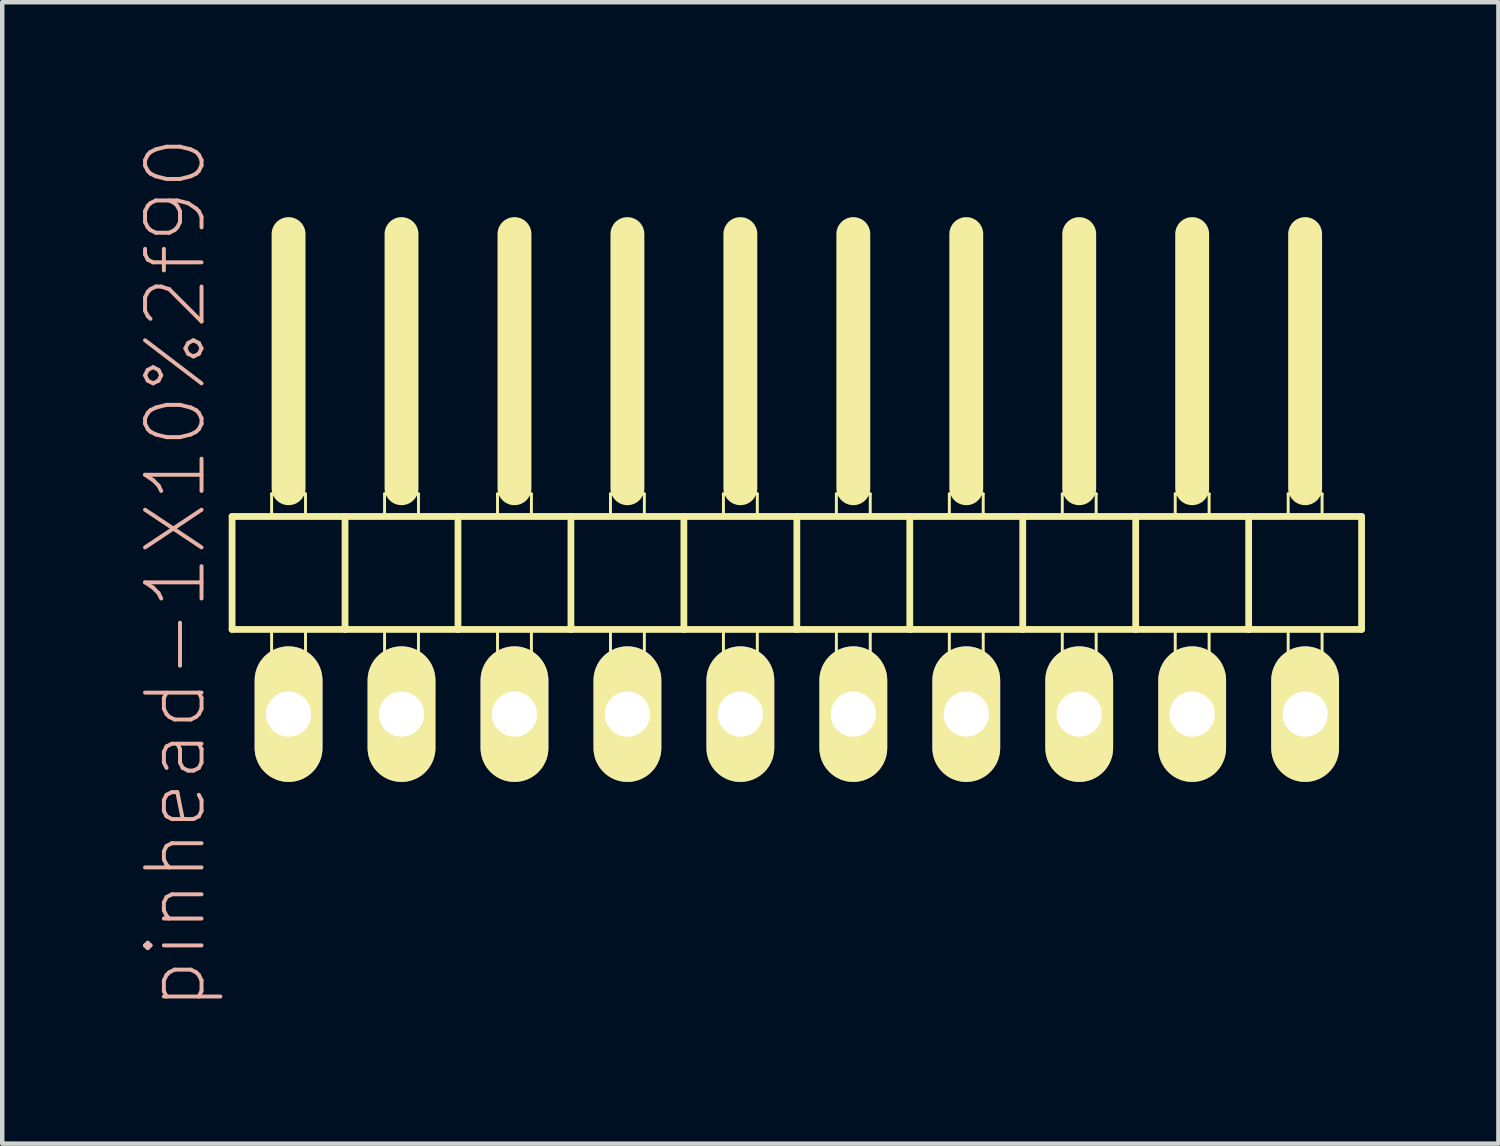
<source format=kicad_pcb>
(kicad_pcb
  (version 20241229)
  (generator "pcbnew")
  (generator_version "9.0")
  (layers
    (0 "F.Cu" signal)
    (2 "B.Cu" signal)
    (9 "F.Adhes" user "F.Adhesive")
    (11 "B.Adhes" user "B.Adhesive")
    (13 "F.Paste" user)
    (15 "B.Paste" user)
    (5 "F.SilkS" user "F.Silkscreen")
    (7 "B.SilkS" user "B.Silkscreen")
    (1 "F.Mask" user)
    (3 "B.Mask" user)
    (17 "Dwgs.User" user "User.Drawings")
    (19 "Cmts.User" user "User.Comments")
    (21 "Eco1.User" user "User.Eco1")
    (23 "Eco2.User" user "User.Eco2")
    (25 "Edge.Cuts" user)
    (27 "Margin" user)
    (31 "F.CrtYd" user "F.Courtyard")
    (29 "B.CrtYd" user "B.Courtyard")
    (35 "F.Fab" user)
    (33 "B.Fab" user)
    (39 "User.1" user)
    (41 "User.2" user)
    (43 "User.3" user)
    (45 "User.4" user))
  (footprint "pinhead-1X10%2f90"
    (layer "F.Cu")
    (at 14.869 9.199)
    (property "Reference" "pinhead-1X10%2f90" (at -13.97 0.635 90) (layer "B.SilkS") (effects (font (size 1.27 1.27) (thickness 0.089))))
    (attr exclude_from_pos_files exclude_from_bom)
    (fp_line (start -12.7 -0.635) (end -12.7 1.905) (stroke (width 0.152) (type solid)) (layer "F.SilkS"))
    (fp_line (start -12.7 1.905) (end -10.16 1.905) (stroke (width 0.152) (type solid)) (layer "F.SilkS"))
    (fp_line (start -11.811 -1.143) (end -11.049 -1.143) (stroke (width 0.066) (type solid)) (layer "F.SilkS"))
    (fp_line (start -11.811 -0.635) (end -11.811 -1.143) (stroke (width 0.066) (type solid)) (layer "F.SilkS"))
    (fp_line (start -11.811 -0.635) (end -11.049 -0.635) (stroke (width 0.066) (type solid)) (layer "F.SilkS"))
    (fp_line (start -11.811 1.905) (end -11.049 1.905) (stroke (width 0.066) (type solid)) (layer "F.SilkS"))
    (fp_line (start -11.811 2.921) (end -11.811 1.905) (stroke (width 0.066) (type solid)) (layer "F.SilkS"))
    (fp_line (start -11.811 2.921) (end -11.049 2.921) (stroke (width 0.066) (type solid)) (layer "F.SilkS"))
    (fp_line (start -11.43 -6.985) (end -11.43 -1.27) (stroke (width 0.762) (type solid)) (layer "F.SilkS"))
    (fp_line (start -11.049 -0.635) (end -11.049 -1.143) (stroke (width 0.066) (type solid)) (layer "F.SilkS"))
    (fp_line (start -11.049 2.921) (end -11.049 1.905) (stroke (width 0.066) (type solid)) (layer "F.SilkS"))
    (fp_line (start -10.16 -0.635) (end -12.7 -0.635) (stroke (width 0.152) (type solid)) (layer "F.SilkS"))
    (fp_line (start -10.16 1.905) (end -10.16 -0.635) (stroke (width 0.152) (type solid)) (layer "F.SilkS"))
    (fp_line (start -10.16 1.905) (end -7.62 1.905) (stroke (width 0.152) (type solid)) (layer "F.SilkS"))
    (fp_line (start -9.271 -1.143) (end -8.509 -1.143) (stroke (width 0.066) (type solid)) (layer "F.SilkS"))
    (fp_line (start -9.271 -0.635) (end -9.271 -1.143) (stroke (width 0.066) (type solid)) (layer "F.SilkS"))
    (fp_line (start -9.271 -0.635) (end -8.509 -0.635) (stroke (width 0.066) (type solid)) (layer "F.SilkS"))
    (fp_line (start -9.271 1.905) (end -8.509 1.905) (stroke (width 0.066) (type solid)) (layer "F.SilkS"))
    (fp_line (start -9.271 2.921) (end -9.271 1.905) (stroke (width 0.066) (type solid)) (layer "F.SilkS"))
    (fp_line (start -9.271 2.921) (end -8.509 2.921) (stroke (width 0.066) (type solid)) (layer "F.SilkS"))
    (fp_line (start -8.89 -6.985) (end -8.89 -1.27) (stroke (width 0.762) (type solid)) (layer "F.SilkS"))
    (fp_line (start -8.509 -0.635) (end -8.509 -1.143) (stroke (width 0.066) (type solid)) (layer "F.SilkS"))
    (fp_line (start -8.509 2.921) (end -8.509 1.905) (stroke (width 0.066) (type solid)) (layer "F.SilkS"))
    (fp_line (start -7.62 -0.635) (end -10.16 -0.635) (stroke (width 0.152) (type solid)) (layer "F.SilkS"))
    (fp_line (start -7.62 1.905) (end -7.62 -0.635) (stroke (width 0.152) (type solid)) (layer "F.SilkS"))
    (fp_line (start -7.62 1.905) (end -5.08 1.905) (stroke (width 0.152) (type solid)) (layer "F.SilkS"))
    (fp_line (start -6.731 -1.143) (end -5.969 -1.143) (stroke (width 0.066) (type solid)) (layer "F.SilkS"))
    (fp_line (start -6.731 -0.635) (end -6.731 -1.143) (stroke (width 0.066) (type solid)) (layer "F.SilkS"))
    (fp_line (start -6.731 -0.635) (end -5.969 -0.635) (stroke (width 0.066) (type solid)) (layer "F.SilkS"))
    (fp_line (start -6.731 1.905) (end -5.969 1.905) (stroke (width 0.066) (type solid)) (layer "F.SilkS"))
    (fp_line (start -6.731 2.921) (end -6.731 1.905) (stroke (width 0.066) (type solid)) (layer "F.SilkS"))
    (fp_line (start -6.731 2.921) (end -5.969 2.921) (stroke (width 0.066) (type solid)) (layer "F.SilkS"))
    (fp_line (start -6.35 -6.985) (end -6.35 -1.27) (stroke (width 0.762) (type solid)) (layer "F.SilkS"))
    (fp_line (start -5.969 -0.635) (end -5.969 -1.143) (stroke (width 0.066) (type solid)) (layer "F.SilkS"))
    (fp_line (start -5.969 2.921) (end -5.969 1.905) (stroke (width 0.066) (type solid)) (layer "F.SilkS"))
    (fp_line (start -5.08 -0.635) (end -7.62 -0.635) (stroke (width 0.152) (type solid)) (layer "F.SilkS"))
    (fp_line (start -5.08 1.905) (end -5.08 -0.635) (stroke (width 0.152) (type solid)) (layer "F.SilkS"))
    (fp_line (start -5.08 1.905) (end -2.54 1.905) (stroke (width 0.152) (type solid)) (layer "F.SilkS"))
    (fp_line (start -4.191 -1.143) (end -3.429 -1.143) (stroke (width 0.066) (type solid)) (layer "F.SilkS"))
    (fp_line (start -4.191 -0.635) (end -4.191 -1.143) (stroke (width 0.066) (type solid)) (layer "F.SilkS"))
    (fp_line (start -4.191 -0.635) (end -3.429 -0.635) (stroke (width 0.066) (type solid)) (layer "F.SilkS"))
    (fp_line (start -4.191 1.905) (end -3.429 1.905) (stroke (width 0.066) (type solid)) (layer "F.SilkS"))
    (fp_line (start -4.191 2.921) (end -4.191 1.905) (stroke (width 0.066) (type solid)) (layer "F.SilkS"))
    (fp_line (start -4.191 2.921) (end -3.429 2.921) (stroke (width 0.066) (type solid)) (layer "F.SilkS"))
    (fp_line (start -3.81 -6.985) (end -3.81 -1.27) (stroke (width 0.762) (type solid)) (layer "F.SilkS"))
    (fp_line (start -3.429 -0.635) (end -3.429 -1.143) (stroke (width 0.066) (type solid)) (layer "F.SilkS"))
    (fp_line (start -3.429 2.921) (end -3.429 1.905) (stroke (width 0.066) (type solid)) (layer "F.SilkS"))
    (fp_line (start -2.54 -0.635) (end -5.08 -0.635) (stroke (width 0.152) (type solid)) (layer "F.SilkS"))
    (fp_line (start -2.54 1.905) (end -2.54 -0.635) (stroke (width 0.152) (type solid)) (layer "F.SilkS"))
    (fp_line (start -2.54 1.905) (end 0 1.905) (stroke (width 0.152) (type solid)) (layer "F.SilkS"))
    (fp_line (start -1.651 -1.143) (end -0.889 -1.143) (stroke (width 0.066) (type solid)) (layer "F.SilkS"))
    (fp_line (start -1.651 -0.635) (end -1.651 -1.143) (stroke (width 0.066) (type solid)) (layer "F.SilkS"))
    (fp_line (start -1.651 -0.635) (end -0.889 -0.635) (stroke (width 0.066) (type solid)) (layer "F.SilkS"))
    (fp_line (start -1.651 1.905) (end -0.889 1.905) (stroke (width 0.066) (type solid)) (layer "F.SilkS"))
    (fp_line (start -1.651 2.921) (end -1.651 1.905) (stroke (width 0.066) (type solid)) (layer "F.SilkS"))
    (fp_line (start -1.651 2.921) (end -0.889 2.921) (stroke (width 0.066) (type solid)) (layer "F.SilkS"))
    (fp_line (start -1.27 -6.985) (end -1.27 -1.27) (stroke (width 0.762) (type solid)) (layer "F.SilkS"))
    (fp_line (start -0.889 -0.635) (end -0.889 -1.143) (stroke (width 0.066) (type solid)) (layer "F.SilkS"))
    (fp_line (start -0.889 2.921) (end -0.889 1.905) (stroke (width 0.066) (type solid)) (layer "F.SilkS"))
    (fp_line (start 0 -0.635) (end -2.54 -0.635) (stroke (width 0.152) (type solid)) (layer "F.SilkS"))
    (fp_line (start 0 1.905) (end 0 -0.635) (stroke (width 0.152) (type solid)) (layer "F.SilkS"))
    (fp_line (start 0 1.905) (end 2.54 1.905) (stroke (width 0.152) (type solid)) (layer "F.SilkS"))
    (fp_line (start 0.889 -1.143) (end 1.651 -1.143) (stroke (width 0.066) (type solid)) (layer "F.SilkS"))
    (fp_line (start 0.889 -0.635) (end 0.889 -1.143) (stroke (width 0.066) (type solid)) (layer "F.SilkS"))
    (fp_line (start 0.889 -0.635) (end 1.651 -0.635) (stroke (width 0.066) (type solid)) (layer "F.SilkS"))
    (fp_line (start 0.889 1.905) (end 1.651 1.905) (stroke (width 0.066) (type solid)) (layer "F.SilkS"))
    (fp_line (start 0.889 2.921) (end 0.889 1.905) (stroke (width 0.066) (type solid)) (layer "F.SilkS"))
    (fp_line (start 0.889 2.921) (end 1.651 2.921) (stroke (width 0.066) (type solid)) (layer "F.SilkS"))
    (fp_line (start 1.27 -6.985) (end 1.27 -1.27) (stroke (width 0.762) (type solid)) (layer "F.SilkS"))
    (fp_line (start 1.651 -0.635) (end 1.651 -1.143) (stroke (width 0.066) (type solid)) (layer "F.SilkS"))
    (fp_line (start 1.651 2.921) (end 1.651 1.905) (stroke (width 0.066) (type solid)) (layer "F.SilkS"))
    (fp_line (start 2.54 -0.635) (end 0 -0.635) (stroke (width 0.152) (type solid)) (layer "F.SilkS"))
    (fp_line (start 2.54 1.905) (end 2.54 -0.635) (stroke (width 0.152) (type solid)) (layer "F.SilkS"))
    (fp_line (start 2.54 1.905) (end 5.08 1.905) (stroke (width 0.152) (type solid)) (layer "F.SilkS"))
    (fp_line (start 3.429 -1.143) (end 4.191 -1.143) (stroke (width 0.066) (type solid)) (layer "F.SilkS"))
    (fp_line (start 3.429 -0.635) (end 3.429 -1.143) (stroke (width 0.066) (type solid)) (layer "F.SilkS"))
    (fp_line (start 3.429 -0.635) (end 4.191 -0.635) (stroke (width 0.066) (type solid)) (layer "F.SilkS"))
    (fp_line (start 3.429 1.905) (end 4.191 1.905) (stroke (width 0.066) (type solid)) (layer "F.SilkS"))
    (fp_line (start 3.429 2.921) (end 3.429 1.905) (stroke (width 0.066) (type solid)) (layer "F.SilkS"))
    (fp_line (start 3.429 2.921) (end 4.191 2.921) (stroke (width 0.066) (type solid)) (layer "F.SilkS"))
    (fp_line (start 3.81 -6.985) (end 3.81 -1.27) (stroke (width 0.762) (type solid)) (layer "F.SilkS"))
    (fp_line (start 4.191 -0.635) (end 4.191 -1.143) (stroke (width 0.066) (type solid)) (layer "F.SilkS"))
    (fp_line (start 4.191 2.921) (end 4.191 1.905) (stroke (width 0.066) (type solid)) (layer "F.SilkS"))
    (fp_line (start 5.08 -0.635) (end 2.54 -0.635) (stroke (width 0.152) (type solid)) (layer "F.SilkS"))
    (fp_line (start 5.08 1.905) (end 5.08 -0.635) (stroke (width 0.152) (type solid)) (layer "F.SilkS"))
    (fp_line (start 5.08 1.905) (end 7.62 1.905) (stroke (width 0.152) (type solid)) (layer "F.SilkS"))
    (fp_line (start 5.969 -1.143) (end 6.731 -1.143) (stroke (width 0.066) (type solid)) (layer "F.SilkS"))
    (fp_line (start 5.969 -0.635) (end 5.969 -1.143) (stroke (width 0.066) (type solid)) (layer "F.SilkS"))
    (fp_line (start 5.969 -0.635) (end 6.731 -0.635) (stroke (width 0.066) (type solid)) (layer "F.SilkS"))
    (fp_line (start 5.969 1.905) (end 6.731 1.905) (stroke (width 0.066) (type solid)) (layer "F.SilkS"))
    (fp_line (start 5.969 2.921) (end 5.969 1.905) (stroke (width 0.066) (type solid)) (layer "F.SilkS"))
    (fp_line (start 5.969 2.921) (end 6.731 2.921) (stroke (width 0.066) (type solid)) (layer "F.SilkS"))
    (fp_line (start 6.35 -6.985) (end 6.35 -1.27) (stroke (width 0.762) (type solid)) (layer "F.SilkS"))
    (fp_line (start 6.731 -0.635) (end 6.731 -1.143) (stroke (width 0.066) (type solid)) (layer "F.SilkS"))
    (fp_line (start 6.731 2.921) (end 6.731 1.905) (stroke (width 0.066) (type solid)) (layer "F.SilkS"))
    (fp_line (start 7.62 -0.635) (end 5.08 -0.635) (stroke (width 0.152) (type solid)) (layer "F.SilkS"))
    (fp_line (start 7.62 1.905) (end 7.62 -0.635) (stroke (width 0.152) (type solid)) (layer "F.SilkS"))
    (fp_line (start 7.62 1.905) (end 10.16 1.905) (stroke (width 0.152) (type solid)) (layer "F.SilkS"))
    (fp_line (start 8.509 -1.143) (end 9.271 -1.143) (stroke (width 0.066) (type solid)) (layer "F.SilkS"))
    (fp_line (start 8.509 -0.635) (end 8.509 -1.143) (stroke (width 0.066) (type solid)) (layer "F.SilkS"))
    (fp_line (start 8.509 -0.635) (end 9.271 -0.635) (stroke (width 0.066) (type solid)) (layer "F.SilkS"))
    (fp_line (start 8.509 1.905) (end 9.271 1.905) (stroke (width 0.066) (type solid)) (layer "F.SilkS"))
    (fp_line (start 8.509 2.921) (end 8.509 1.905) (stroke (width 0.066) (type solid)) (layer "F.SilkS"))
    (fp_line (start 8.509 2.921) (end 9.271 2.921) (stroke (width 0.066) (type solid)) (layer "F.SilkS"))
    (fp_line (start 8.89 -6.985) (end 8.89 -1.27) (stroke (width 0.762) (type solid)) (layer "F.SilkS"))
    (fp_line (start 9.271 -0.635) (end 9.271 -1.143) (stroke (width 0.066) (type solid)) (layer "F.SilkS"))
    (fp_line (start 9.271 2.921) (end 9.271 1.905) (stroke (width 0.066) (type solid)) (layer "F.SilkS"))
    (fp_line (start 10.16 -0.635) (end 7.62 -0.635) (stroke (width 0.152) (type solid)) (layer "F.SilkS"))
    (fp_line (start 10.16 1.905) (end 10.16 -0.635) (stroke (width 0.152) (type solid)) (layer "F.SilkS"))
    (fp_line (start 10.16 1.905) (end 12.7 1.905) (stroke (width 0.152) (type solid)) (layer "F.SilkS"))
    (fp_line (start 11.049 -1.143) (end 11.811 -1.143) (stroke (width 0.066) (type solid)) (layer "F.SilkS"))
    (fp_line (start 11.049 -0.635) (end 11.049 -1.143) (stroke (width 0.066) (type solid)) (layer "F.SilkS"))
    (fp_line (start 11.049 -0.635) (end 11.811 -0.635) (stroke (width 0.066) (type solid)) (layer "F.SilkS"))
    (fp_line (start 11.049 1.905) (end 11.811 1.905) (stroke (width 0.066) (type solid)) (layer "F.SilkS"))
    (fp_line (start 11.049 2.921) (end 11.049 1.905) (stroke (width 0.066) (type solid)) (layer "F.SilkS"))
    (fp_line (start 11.049 2.921) (end 11.811 2.921) (stroke (width 0.066) (type solid)) (layer "F.SilkS"))
    (fp_line (start 11.43 -6.985) (end 11.43 -1.27) (stroke (width 0.762) (type solid)) (layer "F.SilkS"))
    (fp_line (start 11.811 -0.635) (end 11.811 -1.143) (stroke (width 0.066) (type solid)) (layer "F.SilkS"))
    (fp_line (start 11.811 2.921) (end 11.811 1.905) (stroke (width 0.066) (type solid)) (layer "F.SilkS"))
    (fp_line (start 12.7 -0.635) (end 10.16 -0.635) (stroke (width 0.152) (type solid)) (layer "F.SilkS"))
    (fp_line (start 12.7 1.905) (end 12.7 -0.635) (stroke (width 0.152) (type solid)) (layer "F.SilkS"))
    (pad "1" thru_hole oval (at -11.43 3.81) (size 1.524 3.048) (drill 1.016) (layers "*.Cu" "F.Mask" "F.SilkS" "F.Paste"))
    (pad "2" thru_hole oval (at -8.89 3.81) (size 1.524 3.048) (drill 1.016) (layers "*.Cu" "F.Mask" "F.SilkS" "F.Paste"))
    (pad "3" thru_hole oval (at -6.35 3.81) (size 1.524 3.048) (drill 1.016) (layers "*.Cu" "F.Mask" "F.SilkS" "F.Paste"))
    (pad "4" thru_hole oval (at -3.81 3.81) (size 1.524 3.048) (drill 1.016) (layers "*.Cu" "F.Mask" "F.SilkS" "F.Paste"))
    (pad "5" thru_hole oval (at -1.27 3.81) (size 1.524 3.048) (drill 1.016) (layers "*.Cu" "F.Mask" "F.SilkS" "F.Paste"))
    (pad "6" thru_hole oval (at 1.27 3.81) (size 1.524 3.048) (drill 1.016) (layers "*.Cu" "F.Mask" "F.SilkS" "F.Paste"))
    (pad "7" thru_hole oval (at 3.81 3.81) (size 1.524 3.048) (drill 1.016) (layers "*.Cu" "F.Mask" "F.SilkS" "F.Paste"))
    (pad "8" thru_hole oval (at 6.35 3.81) (size 1.524 3.048) (drill 1.016) (layers "*.Cu" "F.Mask" "F.SilkS" "F.Paste"))
    (pad "9" thru_hole oval (at 8.89 3.81) (size 1.524 3.048) (drill 1.016) (layers "*.Cu" "F.Mask" "F.SilkS" "F.Paste"))
    (pad "10" thru_hole oval (at 11.43 3.81) (size 1.524 3.048) (drill 1.016) (layers "*.Cu" "F.Mask" "F.SilkS" "F.Paste")))
  (gr_rect
    (start -3 -3)
    (end 30.645 22.667)
    (stroke (width 0.1) (type default))
    (fill no)
    (layer "Edge.Cuts")))
</source>
